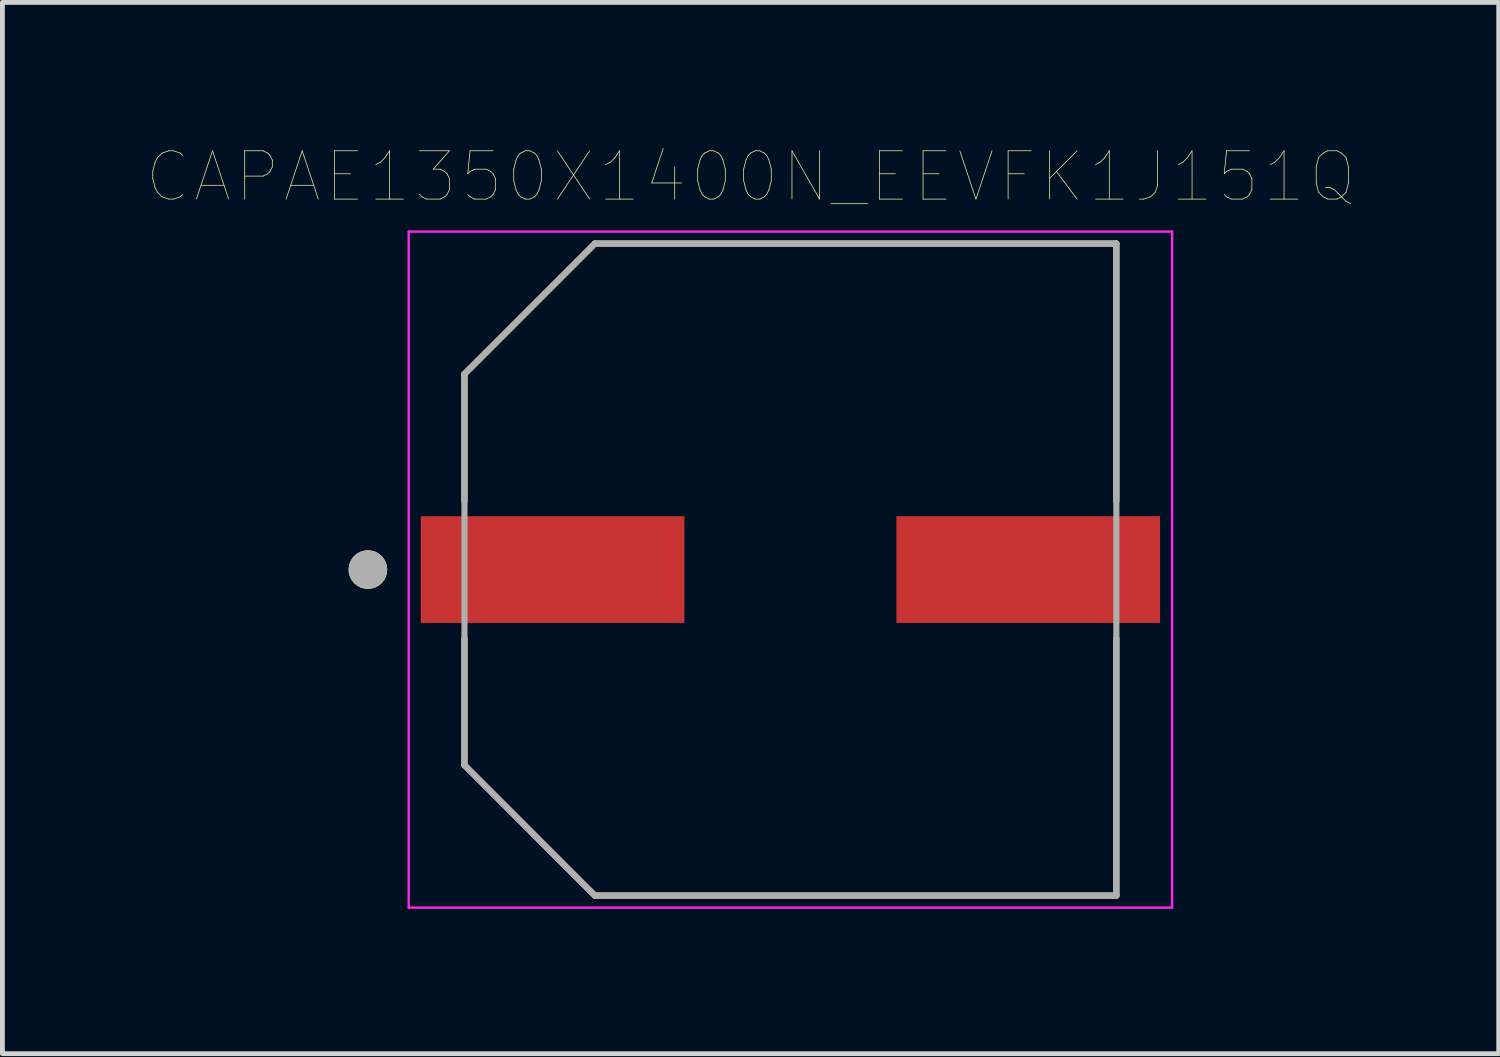
<source format=kicad_pcb>
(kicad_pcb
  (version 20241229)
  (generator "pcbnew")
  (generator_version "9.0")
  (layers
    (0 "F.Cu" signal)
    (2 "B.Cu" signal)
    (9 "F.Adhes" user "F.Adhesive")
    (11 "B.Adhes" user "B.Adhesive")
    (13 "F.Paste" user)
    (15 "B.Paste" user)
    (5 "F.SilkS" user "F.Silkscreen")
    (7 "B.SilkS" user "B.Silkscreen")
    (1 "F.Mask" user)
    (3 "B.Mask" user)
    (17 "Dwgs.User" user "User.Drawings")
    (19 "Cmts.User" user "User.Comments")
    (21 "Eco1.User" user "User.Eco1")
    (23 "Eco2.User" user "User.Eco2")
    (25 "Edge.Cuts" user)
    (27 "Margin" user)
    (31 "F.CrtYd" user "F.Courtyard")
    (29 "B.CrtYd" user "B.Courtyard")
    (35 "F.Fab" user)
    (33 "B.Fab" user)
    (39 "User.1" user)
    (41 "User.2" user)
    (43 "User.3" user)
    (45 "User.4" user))
  (footprint "CAPAE1350X1400N_EEVFK1J151Q"
    (layer "F.Cu")
    (at 13.319 8.746)
    (property "Reference" "CAPAE1350X1400N_EEVFK1J151Q" (at -0.825 -8.135 0) (layer "F.SilkS") (effects (font (size 1 1) (thickness 0.015))))
    (attr through_hole)
    (fp_line (start -6.75 -4.05) (end -4.05 -6.752) (stroke (width 0.127) (type solid)) (layer "F.SilkS"))
    (fp_line (start -6.75 -1.42) (end -6.75 -4.05) (stroke (width 0.127) (type solid)) (layer "F.SilkS"))
    (fp_line (start -6.75 4.05) (end -6.75 1.42) (stroke (width 0.127) (type solid)) (layer "F.SilkS"))
    (fp_line (start -4.05 -6.752) (end 6.75 -6.752) (stroke (width 0.127) (type solid)) (layer "F.SilkS"))
    (fp_line (start -4.05 6.752) (end -6.75 4.05) (stroke (width 0.127) (type solid)) (layer "F.SilkS"))
    (fp_line (start 6.75 -6.752) (end 6.75 -1.42) (stroke (width 0.127) (type solid)) (layer "F.SilkS"))
    (fp_line (start 6.75 1.42) (end 6.75 6.752) (stroke (width 0.127) (type solid)) (layer "F.SilkS"))
    (fp_line (start 6.75 6.752) (end -4.05 6.752) (stroke (width 0.127) (type solid)) (layer "F.SilkS"))
    (fp_circle (center -8.75 0) (end -8.55 0) (stroke (width 0.4) (type solid)) (fill no) (layer "F.SilkS"))
    (fp_line (start -7.905 -7) (end 7.905 -7) (stroke (width 0.05) (type solid)) (layer "F.CrtYd"))
    (fp_line (start -7.905 7) (end -7.905 -7) (stroke (width 0.05) (type solid)) (layer "F.CrtYd"))
    (fp_line (start 7.905 -7) (end 7.905 7) (stroke (width 0.05) (type solid)) (layer "F.CrtYd"))
    (fp_line (start 7.905 7) (end -7.905 7) (stroke (width 0.05) (type solid)) (layer "F.CrtYd"))
    (fp_line (start -6.75 -4.05) (end -6.75 4.05) (stroke (width 0.127) (type solid)) (layer "F.Fab"))
    (fp_line (start -6.75 4.05) (end -4.05 6.75) (stroke (width 0.127) (type solid)) (layer "F.Fab"))
    (fp_line (start -4.05 -6.75) (end -6.75 -4.05) (stroke (width 0.127) (type solid)) (layer "F.Fab"))
    (fp_line (start -4.05 6.75) (end 6.75 6.75) (stroke (width 0.127) (type solid)) (layer "F.Fab"))
    (fp_line (start 6.75 -6.75) (end -4.05 -6.75) (stroke (width 0.127) (type solid)) (layer "F.Fab"))
    (fp_line (start 6.75 6.75) (end 6.75 -6.75) (stroke (width 0.127) (type solid)) (layer "F.Fab"))
    (fp_circle (center -8.75 0) (end -8.55 0) (stroke (width 0.4) (type solid)) (fill no) (layer "F.Fab"))
    (pad "1" smd rect (at -4.925 0) (size 5.46 2.21) (layers "F.Cu" "F.Mask" "F.Paste"))
    (pad "2" smd rect (at 4.925 0) (size 5.46 2.21) (layers "F.Cu" "F.Mask" "F.Paste")))
  (gr_rect
    (start -3 -3)
    (end 27.988 18.771)
    (stroke (width 0.1) (type default))
    (fill no)
    (layer "Edge.Cuts")))
</source>
